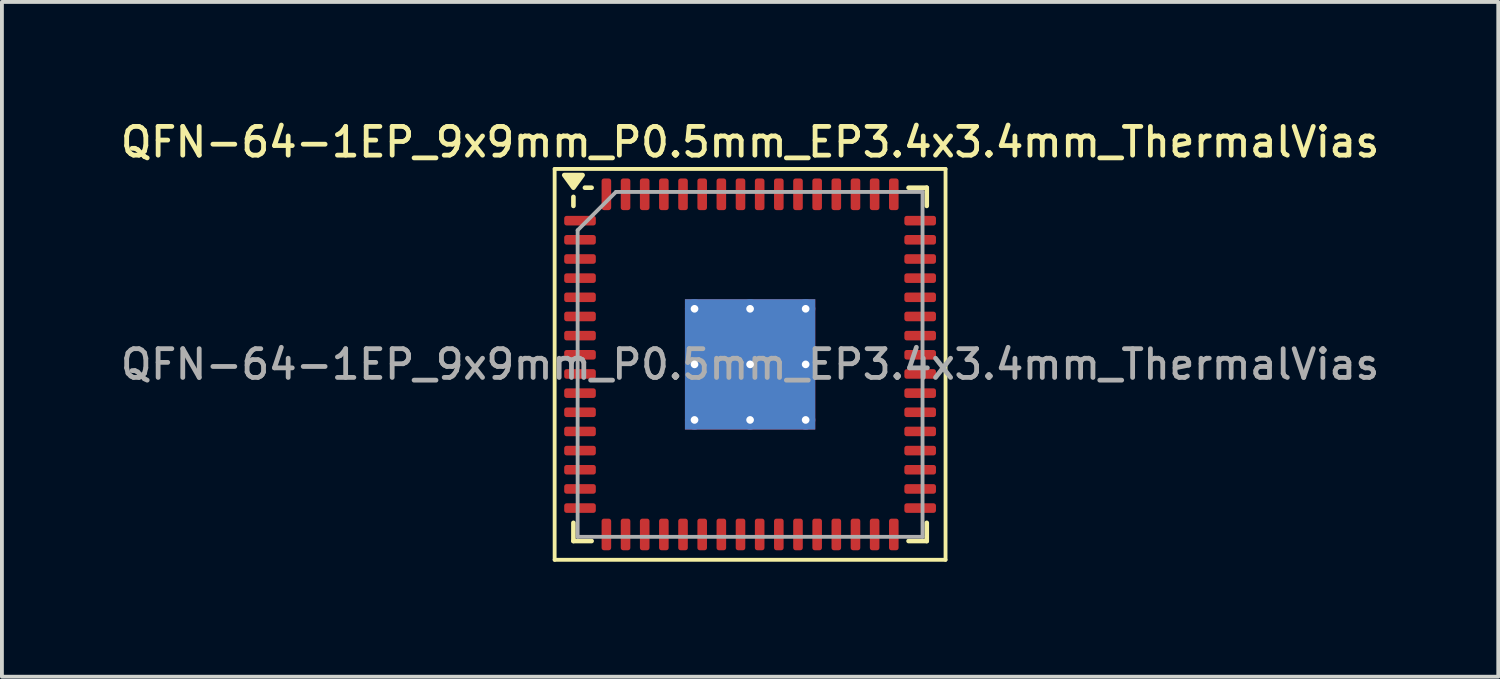
<source format=kicad_pcb>
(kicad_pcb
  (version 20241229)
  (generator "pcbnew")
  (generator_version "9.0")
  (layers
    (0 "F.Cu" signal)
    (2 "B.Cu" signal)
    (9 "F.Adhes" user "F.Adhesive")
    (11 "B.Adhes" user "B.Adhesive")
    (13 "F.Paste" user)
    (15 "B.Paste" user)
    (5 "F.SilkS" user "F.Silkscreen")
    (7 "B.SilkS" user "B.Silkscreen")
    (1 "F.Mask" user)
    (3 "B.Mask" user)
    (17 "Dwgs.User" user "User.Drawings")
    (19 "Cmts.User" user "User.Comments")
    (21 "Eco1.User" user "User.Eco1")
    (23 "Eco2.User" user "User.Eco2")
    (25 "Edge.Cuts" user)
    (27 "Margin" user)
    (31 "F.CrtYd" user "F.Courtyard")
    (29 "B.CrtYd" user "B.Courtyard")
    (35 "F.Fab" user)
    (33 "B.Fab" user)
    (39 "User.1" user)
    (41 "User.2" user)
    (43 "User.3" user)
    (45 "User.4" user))
  (footprint "QFN-64-1EP_9x9mm_P0.5mm_EP3.4x3.4mm_ThermalVias"
    (layer "F.Cu")
    (at 16.523 6.458)
    (property "Reference" "QFN-64-1EP_9x9mm_P0.5mm_EP3.4x3.4mm_ThermalVias" (at 0 -5.8 0) (layer "F.SilkS") (effects (font (size 0.75 0.75) (thickness 0.125))))
    (attr smd)
    (fp_line (start -5.1 -5.1) (end -5.1 5.1) (stroke (width 0.1) (type solid)) (layer "F.SilkS"))
    (fp_line (start -5.1 5.1) (end 5.1 5.1) (stroke (width 0.1) (type solid)) (layer "F.SilkS"))
    (fp_line (start -4.61 -4.135) (end -4.61 -4.37) (stroke (width 0.12) (type solid)) (layer "F.SilkS"))
    (fp_line (start -4.61 4.61) (end -4.61 4.135) (stroke (width 0.12) (type solid)) (layer "F.SilkS"))
    (fp_line (start -4.135 -4.61) (end -4.31 -4.61) (stroke (width 0.12) (type solid)) (layer "F.SilkS"))
    (fp_line (start -4.135 4.61) (end -4.61 4.61) (stroke (width 0.12) (type solid)) (layer "F.SilkS"))
    (fp_line (start 4.135 -4.61) (end 4.61 -4.61) (stroke (width 0.12) (type solid)) (layer "F.SilkS"))
    (fp_line (start 4.135 4.61) (end 4.61 4.61) (stroke (width 0.12) (type solid)) (layer "F.SilkS"))
    (fp_line (start 4.61 -4.61) (end 4.61 -4.135) (stroke (width 0.12) (type solid)) (layer "F.SilkS"))
    (fp_line (start 4.61 4.61) (end 4.61 4.135) (stroke (width 0.12) (type solid)) (layer "F.SilkS"))
    (fp_line (start 5.1 -5.1) (end -5.1 -5.1) (stroke (width 0.1) (type solid)) (layer "F.SilkS"))
    (fp_line (start 5.1 5.1) (end 5.1 -5.1) (stroke (width 0.1) (type solid)) (layer "F.SilkS"))
    (fp_poly (pts (xy -4.61 -4.61) (xy -4.85 -4.94) (xy -4.37 -4.94) (xy -4.61 -4.61)) (stroke (width 0.12) (type solid)) (fill yes) (layer "F.SilkS"))
    (fp_line (start -4.5 -3.5) (end -3.5 -4.5) (stroke (width 0.1) (type solid)) (layer "F.Fab"))
    (fp_line (start -4.5 4.5) (end -4.5 -3.5) (stroke (width 0.1) (type solid)) (layer "F.Fab"))
    (fp_line (start -3.5 -4.5) (end 4.5 -4.5) (stroke (width 0.1) (type solid)) (layer "F.Fab"))
    (fp_line (start 4.5 -4.5) (end 4.5 4.5) (stroke (width 0.1) (type solid)) (layer "F.Fab"))
    (fp_line (start 4.5 4.5) (end -4.5 4.5) (stroke (width 0.1) (type solid)) (layer "F.Fab"))
    (fp_text user "${REFERENCE}" (at 0 0 0) (layer "F.Fab") (effects (font (size 0.75 0.75) (thickness 0.125))))
    (pad "" smd custom (at -0.725 -0.725) (size 1.227 1.227) (layers "F.Paste") (options (anchor circle)) (primitives (gr_poly (pts (xy -0.541 -0.422) (xy -0.422 -0.541) (xy 0.422 -0.541) (xy 0.541 -0.422) (xy 0.541 0.422) (xy 0.422 0.541) (xy -0.422 0.541) (xy -0.541 0.422)) (width 0.288) (fill yes))))
    (pad "" smd custom (at -0.725 0.725) (size 1.227 1.227) (layers "F.Paste") (options (anchor circle)) (primitives (gr_poly (pts (xy -0.541 -0.422) (xy -0.422 -0.541) (xy 0.422 -0.541) (xy 0.541 -0.422) (xy 0.541 0.422) (xy 0.422 0.541) (xy -0.422 0.541) (xy -0.541 0.422)) (width 0.288) (fill yes))))
    (pad "" smd custom (at 0.725 -0.725) (size 1.227 1.227) (layers "F.Paste") (options (anchor circle)) (primitives (gr_poly (pts (xy -0.541 -0.422) (xy -0.422 -0.541) (xy 0.422 -0.541) (xy 0.541 -0.422) (xy 0.541 0.422) (xy 0.422 0.541) (xy -0.422 0.541) (xy -0.541 0.422)) (width 0.288) (fill yes))))
    (pad "" smd custom (at 0.725 0.725) (size 1.227 1.227) (layers "F.Paste") (options (anchor circle)) (primitives (gr_poly (pts (xy -0.541 -0.422) (xy -0.422 -0.541) (xy 0.422 -0.541) (xy 0.541 -0.422) (xy 0.541 0.422) (xy 0.422 0.541) (xy -0.422 0.541) (xy -0.541 0.422)) (width 0.288) (fill yes))))
    (pad "1" smd roundrect (at -4.438 -3.75) (size 0.825 0.25) (layers "F.Cu" "F.Mask" "F.Paste") (roundrect_rratio 0.25))
    (pad "2" smd roundrect (at -4.438 -3.25) (size 0.825 0.25) (layers "F.Cu" "F.Mask" "F.Paste") (roundrect_rratio 0.25))
    (pad "3" smd roundrect (at -4.438 -2.75) (size 0.825 0.25) (layers "F.Cu" "F.Mask" "F.Paste") (roundrect_rratio 0.25))
    (pad "4" smd roundrect (at -4.438 -2.25) (size 0.825 0.25) (layers "F.Cu" "F.Mask" "F.Paste") (roundrect_rratio 0.25))
    (pad "5" smd roundrect (at -4.438 -1.75) (size 0.825 0.25) (layers "F.Cu" "F.Mask" "F.Paste") (roundrect_rratio 0.25))
    (pad "6" smd roundrect (at -4.438 -1.25) (size 0.825 0.25) (layers "F.Cu" "F.Mask" "F.Paste") (roundrect_rratio 0.25))
    (pad "7" smd roundrect (at -4.438 -0.75) (size 0.825 0.25) (layers "F.Cu" "F.Mask" "F.Paste") (roundrect_rratio 0.25))
    (pad "8" smd roundrect (at -4.438 -0.25) (size 0.825 0.25) (layers "F.Cu" "F.Mask" "F.Paste") (roundrect_rratio 0.25))
    (pad "9" smd roundrect (at -4.438 0.25) (size 0.825 0.25) (layers "F.Cu" "F.Mask" "F.Paste") (roundrect_rratio 0.25))
    (pad "10" smd roundrect (at -4.438 0.75) (size 0.825 0.25) (layers "F.Cu" "F.Mask" "F.Paste") (roundrect_rratio 0.25))
    (pad "11" smd roundrect (at -4.438 1.25) (size 0.825 0.25) (layers "F.Cu" "F.Mask" "F.Paste") (roundrect_rratio 0.25))
    (pad "12" smd roundrect (at -4.438 1.75) (size 0.825 0.25) (layers "F.Cu" "F.Mask" "F.Paste") (roundrect_rratio 0.25))
    (pad "13" smd roundrect (at -4.438 2.25) (size 0.825 0.25) (layers "F.Cu" "F.Mask" "F.Paste") (roundrect_rratio 0.25))
    (pad "14" smd roundrect (at -4.438 2.75) (size 0.825 0.25) (layers "F.Cu" "F.Mask" "F.Paste") (roundrect_rratio 0.25))
    (pad "15" smd roundrect (at -4.438 3.25) (size 0.825 0.25) (layers "F.Cu" "F.Mask" "F.Paste") (roundrect_rratio 0.25))
    (pad "16" smd roundrect (at -4.438 3.75) (size 0.825 0.25) (layers "F.Cu" "F.Mask" "F.Paste") (roundrect_rratio 0.25))
    (pad "17" smd roundrect (at -3.75 4.438) (size 0.25 0.825) (layers "F.Cu" "F.Mask" "F.Paste") (roundrect_rratio 0.25))
    (pad "18" smd roundrect (at -3.25 4.438) (size 0.25 0.825) (layers "F.Cu" "F.Mask" "F.Paste") (roundrect_rratio 0.25))
    (pad "19" smd roundrect (at -2.75 4.438) (size 0.25 0.825) (layers "F.Cu" "F.Mask" "F.Paste") (roundrect_rratio 0.25))
    (pad "20" smd roundrect (at -2.25 4.438) (size 0.25 0.825) (layers "F.Cu" "F.Mask" "F.Paste") (roundrect_rratio 0.25))
    (pad "21" smd roundrect (at -1.75 4.438) (size 0.25 0.825) (layers "F.Cu" "F.Mask" "F.Paste") (roundrect_rratio 0.25))
    (pad "22" smd roundrect (at -1.25 4.438) (size 0.25 0.825) (layers "F.Cu" "F.Mask" "F.Paste") (roundrect_rratio 0.25))
    (pad "23" smd roundrect (at -0.75 4.438) (size 0.25 0.825) (layers "F.Cu" "F.Mask" "F.Paste") (roundrect_rratio 0.25))
    (pad "24" smd roundrect (at -0.25 4.438) (size 0.25 0.825) (layers "F.Cu" "F.Mask" "F.Paste") (roundrect_rratio 0.25))
    (pad "25" smd roundrect (at 0.25 4.438) (size 0.25 0.825) (layers "F.Cu" "F.Mask" "F.Paste") (roundrect_rratio 0.25))
    (pad "26" smd roundrect (at 0.75 4.438) (size 0.25 0.825) (layers "F.Cu" "F.Mask" "F.Paste") (roundrect_rratio 0.25))
    (pad "27" smd roundrect (at 1.25 4.438) (size 0.25 0.825) (layers "F.Cu" "F.Mask" "F.Paste") (roundrect_rratio 0.25))
    (pad "28" smd roundrect (at 1.75 4.438) (size 0.25 0.825) (layers "F.Cu" "F.Mask" "F.Paste") (roundrect_rratio 0.25))
    (pad "29" smd roundrect (at 2.25 4.438) (size 0.25 0.825) (layers "F.Cu" "F.Mask" "F.Paste") (roundrect_rratio 0.25))
    (pad "30" smd roundrect (at 2.75 4.438) (size 0.25 0.825) (layers "F.Cu" "F.Mask" "F.Paste") (roundrect_rratio 0.25))
    (pad "31" smd roundrect (at 3.25 4.438) (size 0.25 0.825) (layers "F.Cu" "F.Mask" "F.Paste") (roundrect_rratio 0.25))
    (pad "32" smd roundrect (at 3.75 4.438) (size 0.25 0.825) (layers "F.Cu" "F.Mask" "F.Paste") (roundrect_rratio 0.25))
    (pad "33" smd roundrect (at 4.438 3.75) (size 0.825 0.25) (layers "F.Cu" "F.Mask" "F.Paste") (roundrect_rratio 0.25))
    (pad "34" smd roundrect (at 4.438 3.25) (size 0.825 0.25) (layers "F.Cu" "F.Mask" "F.Paste") (roundrect_rratio 0.25))
    (pad "35" smd roundrect (at 4.438 2.75) (size 0.825 0.25) (layers "F.Cu" "F.Mask" "F.Paste") (roundrect_rratio 0.25))
    (pad "36" smd roundrect (at 4.438 2.25) (size 0.825 0.25) (layers "F.Cu" "F.Mask" "F.Paste") (roundrect_rratio 0.25))
    (pad "37" smd roundrect (at 4.438 1.75) (size 0.825 0.25) (layers "F.Cu" "F.Mask" "F.Paste") (roundrect_rratio 0.25))
    (pad "38" smd roundrect (at 4.438 1.25) (size 0.825 0.25) (layers "F.Cu" "F.Mask" "F.Paste") (roundrect_rratio 0.25))
    (pad "39" smd roundrect (at 4.438 0.75) (size 0.825 0.25) (layers "F.Cu" "F.Mask" "F.Paste") (roundrect_rratio 0.25))
    (pad "40" smd roundrect (at 4.438 0.25) (size 0.825 0.25) (layers "F.Cu" "F.Mask" "F.Paste") (roundrect_rratio 0.25))
    (pad "41" smd roundrect (at 4.438 -0.25) (size 0.825 0.25) (layers "F.Cu" "F.Mask" "F.Paste") (roundrect_rratio 0.25))
    (pad "42" smd roundrect (at 4.438 -0.75) (size 0.825 0.25) (layers "F.Cu" "F.Mask" "F.Paste") (roundrect_rratio 0.25))
    (pad "43" smd roundrect (at 4.438 -1.25) (size 0.825 0.25) (layers "F.Cu" "F.Mask" "F.Paste") (roundrect_rratio 0.25))
    (pad "44" smd roundrect (at 4.438 -1.75) (size 0.825 0.25) (layers "F.Cu" "F.Mask" "F.Paste") (roundrect_rratio 0.25))
    (pad "45" smd roundrect (at 4.438 -2.25) (size 0.825 0.25) (layers "F.Cu" "F.Mask" "F.Paste") (roundrect_rratio 0.25))
    (pad "46" smd roundrect (at 4.438 -2.75) (size 0.825 0.25) (layers "F.Cu" "F.Mask" "F.Paste") (roundrect_rratio 0.25))
    (pad "47" smd roundrect (at 4.438 -3.25) (size 0.825 0.25) (layers "F.Cu" "F.Mask" "F.Paste") (roundrect_rratio 0.25))
    (pad "48" smd roundrect (at 4.438 -3.75) (size 0.825 0.25) (layers "F.Cu" "F.Mask" "F.Paste") (roundrect_rratio 0.25))
    (pad "49" smd roundrect (at 3.75 -4.438) (size 0.25 0.825) (layers "F.Cu" "F.Mask" "F.Paste") (roundrect_rratio 0.25))
    (pad "50" smd roundrect (at 3.25 -4.438) (size 0.25 0.825) (layers "F.Cu" "F.Mask" "F.Paste") (roundrect_rratio 0.25))
    (pad "51" smd roundrect (at 2.75 -4.438) (size 0.25 0.825) (layers "F.Cu" "F.Mask" "F.Paste") (roundrect_rratio 0.25))
    (pad "52" smd roundrect (at 2.25 -4.438) (size 0.25 0.825) (layers "F.Cu" "F.Mask" "F.Paste") (roundrect_rratio 0.25))
    (pad "53" smd roundrect (at 1.75 -4.438) (size 0.25 0.825) (layers "F.Cu" "F.Mask" "F.Paste") (roundrect_rratio 0.25))
    (pad "54" smd roundrect (at 1.25 -4.438) (size 0.25 0.825) (layers "F.Cu" "F.Mask" "F.Paste") (roundrect_rratio 0.25))
    (pad "55" smd roundrect (at 0.75 -4.438) (size 0.25 0.825) (layers "F.Cu" "F.Mask" "F.Paste") (roundrect_rratio 0.25))
    (pad "56" smd roundrect (at 0.25 -4.438) (size 0.25 0.825) (layers "F.Cu" "F.Mask" "F.Paste") (roundrect_rratio 0.25))
    (pad "57" smd roundrect (at -0.25 -4.438) (size 0.25 0.825) (layers "F.Cu" "F.Mask" "F.Paste") (roundrect_rratio 0.25))
    (pad "58" smd roundrect (at -0.75 -4.438) (size 0.25 0.825) (layers "F.Cu" "F.Mask" "F.Paste") (roundrect_rratio 0.25))
    (pad "59" smd roundrect (at -1.25 -4.438) (size 0.25 0.825) (layers "F.Cu" "F.Mask" "F.Paste") (roundrect_rratio 0.25))
    (pad "60" smd roundrect (at -1.75 -4.438) (size 0.25 0.825) (layers "F.Cu" "F.Mask" "F.Paste") (roundrect_rratio 0.25))
    (pad "61" smd roundrect (at -2.25 -4.438) (size 0.25 0.825) (layers "F.Cu" "F.Mask" "F.Paste") (roundrect_rratio 0.25))
    (pad "62" smd roundrect (at -2.75 -4.438) (size 0.25 0.825) (layers "F.Cu" "F.Mask" "F.Paste") (roundrect_rratio 0.25))
    (pad "63" smd roundrect (at -3.25 -4.438) (size 0.25 0.825) (layers "F.Cu" "F.Mask" "F.Paste") (roundrect_rratio 0.25))
    (pad "64" smd roundrect (at -3.75 -4.438) (size 0.25 0.825) (layers "F.Cu" "F.Mask" "F.Paste") (roundrect_rratio 0.25))
    (pad "65" thru_hole circle (at -1.45 -1.45) (size 0.5 0.5) (drill 0.2) (property pad_prop_heatsink) (layers "*.Cu"))
    (pad "65" thru_hole circle (at -1.45 0) (size 0.5 0.5) (drill 0.2) (property pad_prop_heatsink) (layers "*.Cu"))
    (pad "65" thru_hole circle (at -1.45 1.45) (size 0.5 0.5) (drill 0.2) (property pad_prop_heatsink) (layers "*.Cu"))
    (pad "65" thru_hole circle (at 0 -1.45) (size 0.5 0.5) (drill 0.2) (property pad_prop_heatsink) (layers "*.Cu"))
    (pad "65" thru_hole circle (at 0 0) (size 0.5 0.5) (drill 0.2) (property pad_prop_heatsink) (layers "*.Cu"))
    (pad "65" smd rect (at 0 0) (size 3.4 3.4) (property pad_prop_heatsink) (layers "F.Cu" "F.Mask"))
    (pad "65" smd rect (at 0 0) (size 3.4 3.4) (property pad_prop_heatsink) (layers "B.Cu"))
    (pad "65" thru_hole circle (at 0 1.45) (size 0.5 0.5) (drill 0.2) (property pad_prop_heatsink) (layers "*.Cu"))
    (pad "65" thru_hole circle (at 1.45 -1.45) (size 0.5 0.5) (drill 0.2) (property pad_prop_heatsink) (layers "*.Cu"))
    (pad "65" thru_hole circle (at 1.45 0) (size 0.5 0.5) (drill 0.2) (property pad_prop_heatsink) (layers "*.Cu"))
    (pad "65" thru_hole circle (at 1.45 1.45) (size 0.5 0.5) (drill 0.2) (property pad_prop_heatsink) (layers "*.Cu")))
  (gr_rect
    (start -3 -3)
    (end 36.046 14.608)
    (stroke (width 0.1) (type default))
    (fill no)
    (layer "Edge.Cuts")))
</source>
